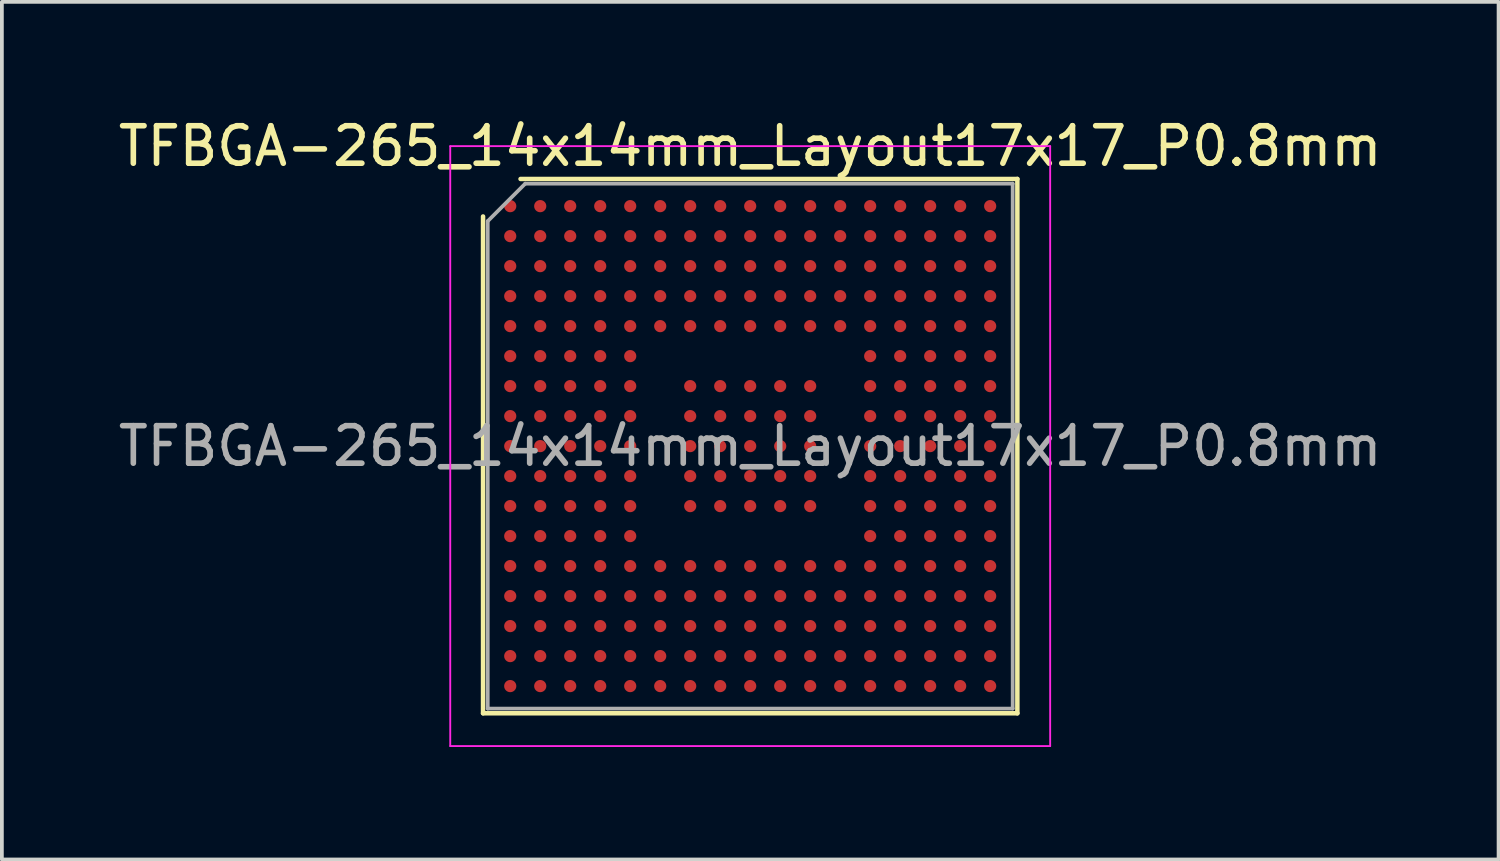
<source format=kicad_pcb>
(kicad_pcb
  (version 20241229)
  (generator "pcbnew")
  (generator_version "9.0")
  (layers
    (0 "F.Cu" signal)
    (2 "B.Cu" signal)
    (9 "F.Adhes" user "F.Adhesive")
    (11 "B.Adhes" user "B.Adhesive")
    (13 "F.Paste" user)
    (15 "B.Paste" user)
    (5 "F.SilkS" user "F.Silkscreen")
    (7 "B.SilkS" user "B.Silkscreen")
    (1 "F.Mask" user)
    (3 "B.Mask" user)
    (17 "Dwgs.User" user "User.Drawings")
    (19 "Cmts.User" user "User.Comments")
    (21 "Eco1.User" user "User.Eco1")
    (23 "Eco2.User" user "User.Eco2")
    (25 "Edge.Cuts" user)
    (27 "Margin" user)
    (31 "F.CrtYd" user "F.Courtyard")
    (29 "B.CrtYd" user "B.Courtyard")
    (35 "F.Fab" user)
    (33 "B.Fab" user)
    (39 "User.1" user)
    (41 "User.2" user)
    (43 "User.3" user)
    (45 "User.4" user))
  (footprint "TFBGA-265_14x14mm_Layout17x17_P0.8mm"
    (layer "F.Cu")
    (at 16.958 8.848)
    (property "Reference" "TFBGA-265_14x14mm_Layout17x17_P0.8mm" (at 0 -8 0) (layer "F.SilkS") (effects (font (size 1 1) (thickness 0.15))))
    (attr smd)
    (fp_line (start -7.125 7.125) (end -7.125 -6.125) (stroke (width 0.12) (type solid)) (layer "F.SilkS"))
    (fp_line (start -6.125 -7.125) (end 7.125 -7.125) (stroke (width 0.12) (type solid)) (layer "F.SilkS"))
    (fp_line (start 7.125 -7.125) (end 7.125 7.125) (stroke (width 0.12) (type solid)) (layer "F.SilkS"))
    (fp_line (start 7.125 7.125) (end -7.125 7.125) (stroke (width 0.12) (type solid)) (layer "F.SilkS"))
    (fp_line (start -8 -8) (end -8 8) (stroke (width 0.05) (type solid)) (layer "F.CrtYd"))
    (fp_line (start -8 8) (end 8 8) (stroke (width 0.05) (type solid)) (layer "F.CrtYd"))
    (fp_line (start 8 -8) (end -8 -8) (stroke (width 0.05) (type solid)) (layer "F.CrtYd"))
    (fp_line (start 8 8) (end 8 -8) (stroke (width 0.05) (type solid)) (layer "F.CrtYd"))
    (fp_line (start -7 -6) (end -6 -7) (stroke (width 0.1) (type solid)) (layer "F.Fab"))
    (fp_line (start -7 7) (end -7 -6) (stroke (width 0.1) (type solid)) (layer "F.Fab"))
    (fp_line (start -6 -7) (end 7 -7) (stroke (width 0.1) (type solid)) (layer "F.Fab"))
    (fp_line (start 7 -7) (end 7 7) (stroke (width 0.1) (type solid)) (layer "F.Fab"))
    (fp_line (start 7 7) (end -7 7) (stroke (width 0.1) (type solid)) (layer "F.Fab"))
    (fp_text user "${REFERENCE}" (at 0 0 0) (layer "F.Fab") (effects (font (size 1 1) (thickness 0.15))))
    (pad "A1" smd circle (at -6.4 -6.4) (size 0.325 0.325) (layers "F.Cu" "F.Mask" "F.Paste"))
    (pad "A2" smd circle (at -5.6 -6.4) (size 0.325 0.325) (layers "F.Cu" "F.Mask" "F.Paste"))
    (pad "A3" smd circle (at -4.8 -6.4) (size 0.325 0.325) (layers "F.Cu" "F.Mask" "F.Paste"))
    (pad "A4" smd circle (at -4 -6.4) (size 0.325 0.325) (layers "F.Cu" "F.Mask" "F.Paste"))
    (pad "A5" smd circle (at -3.2 -6.4) (size 0.325 0.325) (layers "F.Cu" "F.Mask" "F.Paste"))
    (pad "A6" smd circle (at -2.4 -6.4) (size 0.325 0.325) (layers "F.Cu" "F.Mask" "F.Paste"))
    (pad "A7" smd circle (at -1.6 -6.4) (size 0.325 0.325) (layers "F.Cu" "F.Mask" "F.Paste"))
    (pad "A8" smd circle (at -0.8 -6.4) (size 0.325 0.325) (layers "F.Cu" "F.Mask" "F.Paste"))
    (pad "A9" smd circle (at 0 -6.4) (size 0.325 0.325) (layers "F.Cu" "F.Mask" "F.Paste"))
    (pad "A10" smd circle (at 0.8 -6.4) (size 0.325 0.325) (layers "F.Cu" "F.Mask" "F.Paste"))
    (pad "A11" smd circle (at 1.6 -6.4) (size 0.325 0.325) (layers "F.Cu" "F.Mask" "F.Paste"))
    (pad "A12" smd circle (at 2.4 -6.4) (size 0.325 0.325) (layers "F.Cu" "F.Mask" "F.Paste"))
    (pad "A13" smd circle (at 3.2 -6.4) (size 0.325 0.325) (layers "F.Cu" "F.Mask" "F.Paste"))
    (pad "A14" smd circle (at 4 -6.4) (size 0.325 0.325) (layers "F.Cu" "F.Mask" "F.Paste"))
    (pad "A15" smd circle (at 4.8 -6.4) (size 0.325 0.325) (layers "F.Cu" "F.Mask" "F.Paste"))
    (pad "A16" smd circle (at 5.6 -6.4) (size 0.325 0.325) (layers "F.Cu" "F.Mask" "F.Paste"))
    (pad "A17" smd circle (at 6.4 -6.4) (size 0.325 0.325) (layers "F.Cu" "F.Mask" "F.Paste"))
    (pad "B1" smd circle (at -6.4 -5.6) (size 0.325 0.325) (layers "F.Cu" "F.Mask" "F.Paste"))
    (pad "B2" smd circle (at -5.6 -5.6) (size 0.325 0.325) (layers "F.Cu" "F.Mask" "F.Paste"))
    (pad "B3" smd circle (at -4.8 -5.6) (size 0.325 0.325) (layers "F.Cu" "F.Mask" "F.Paste"))
    (pad "B4" smd circle (at -4 -5.6) (size 0.325 0.325) (layers "F.Cu" "F.Mask" "F.Paste"))
    (pad "B5" smd circle (at -3.2 -5.6) (size 0.325 0.325) (layers "F.Cu" "F.Mask" "F.Paste"))
    (pad "B6" smd circle (at -2.4 -5.6) (size 0.325 0.325) (layers "F.Cu" "F.Mask" "F.Paste"))
    (pad "B7" smd circle (at -1.6 -5.6) (size 0.325 0.325) (layers "F.Cu" "F.Mask" "F.Paste"))
    (pad "B8" smd circle (at -0.8 -5.6) (size 0.325 0.325) (layers "F.Cu" "F.Mask" "F.Paste"))
    (pad "B9" smd circle (at 0 -5.6) (size 0.325 0.325) (layers "F.Cu" "F.Mask" "F.Paste"))
    (pad "B10" smd circle (at 0.8 -5.6) (size 0.325 0.325) (layers "F.Cu" "F.Mask" "F.Paste"))
    (pad "B11" smd circle (at 1.6 -5.6) (size 0.325 0.325) (layers "F.Cu" "F.Mask" "F.Paste"))
    (pad "B12" smd circle (at 2.4 -5.6) (size 0.325 0.325) (layers "F.Cu" "F.Mask" "F.Paste"))
    (pad "B13" smd circle (at 3.2 -5.6) (size 0.325 0.325) (layers "F.Cu" "F.Mask" "F.Paste"))
    (pad "B14" smd circle (at 4 -5.6) (size 0.325 0.325) (layers "F.Cu" "F.Mask" "F.Paste"))
    (pad "B15" smd circle (at 4.8 -5.6) (size 0.325 0.325) (layers "F.Cu" "F.Mask" "F.Paste"))
    (pad "B16" smd circle (at 5.6 -5.6) (size 0.325 0.325) (layers "F.Cu" "F.Mask" "F.Paste"))
    (pad "B17" smd circle (at 6.4 -5.6) (size 0.325 0.325) (layers "F.Cu" "F.Mask" "F.Paste"))
    (pad "C1" smd circle (at -6.4 -4.8) (size 0.325 0.325) (layers "F.Cu" "F.Mask" "F.Paste"))
    (pad "C2" smd circle (at -5.6 -4.8) (size 0.325 0.325) (layers "F.Cu" "F.Mask" "F.Paste"))
    (pad "C3" smd circle (at -4.8 -4.8) (size 0.325 0.325) (layers "F.Cu" "F.Mask" "F.Paste"))
    (pad "C4" smd circle (at -4 -4.8) (size 0.325 0.325) (layers "F.Cu" "F.Mask" "F.Paste"))
    (pad "C5" smd circle (at -3.2 -4.8) (size 0.325 0.325) (layers "F.Cu" "F.Mask" "F.Paste"))
    (pad "C6" smd circle (at -2.4 -4.8) (size 0.325 0.325) (layers "F.Cu" "F.Mask" "F.Paste"))
    (pad "C7" smd circle (at -1.6 -4.8) (size 0.325 0.325) (layers "F.Cu" "F.Mask" "F.Paste"))
    (pad "C8" smd circle (at -0.8 -4.8) (size 0.325 0.325) (layers "F.Cu" "F.Mask" "F.Paste"))
    (pad "C9" smd circle (at 0 -4.8) (size 0.325 0.325) (layers "F.Cu" "F.Mask" "F.Paste"))
    (pad "C10" smd circle (at 0.8 -4.8) (size 0.325 0.325) (layers "F.Cu" "F.Mask" "F.Paste"))
    (pad "C11" smd circle (at 1.6 -4.8) (size 0.325 0.325) (layers "F.Cu" "F.Mask" "F.Paste"))
    (pad "C12" smd circle (at 2.4 -4.8) (size 0.325 0.325) (layers "F.Cu" "F.Mask" "F.Paste"))
    (pad "C13" smd circle (at 3.2 -4.8) (size 0.325 0.325) (layers "F.Cu" "F.Mask" "F.Paste"))
    (pad "C14" smd circle (at 4 -4.8) (size 0.325 0.325) (layers "F.Cu" "F.Mask" "F.Paste"))
    (pad "C15" smd circle (at 4.8 -4.8) (size 0.325 0.325) (layers "F.Cu" "F.Mask" "F.Paste"))
    (pad "C16" smd circle (at 5.6 -4.8) (size 0.325 0.325) (layers "F.Cu" "F.Mask" "F.Paste"))
    (pad "C17" smd circle (at 6.4 -4.8) (size 0.325 0.325) (layers "F.Cu" "F.Mask" "F.Paste"))
    (pad "D1" smd circle (at -6.4 -4) (size 0.325 0.325) (layers "F.Cu" "F.Mask" "F.Paste"))
    (pad "D2" smd circle (at -5.6 -4) (size 0.325 0.325) (layers "F.Cu" "F.Mask" "F.Paste"))
    (pad "D3" smd circle (at -4.8 -4) (size 0.325 0.325) (layers "F.Cu" "F.Mask" "F.Paste"))
    (pad "D4" smd circle (at -4 -4) (size 0.325 0.325) (layers "F.Cu" "F.Mask" "F.Paste"))
    (pad "D5" smd circle (at -3.2 -4) (size 0.325 0.325) (layers "F.Cu" "F.Mask" "F.Paste"))
    (pad "D6" smd circle (at -2.4 -4) (size 0.325 0.325) (layers "F.Cu" "F.Mask" "F.Paste"))
    (pad "D7" smd circle (at -1.6 -4) (size 0.325 0.325) (layers "F.Cu" "F.Mask" "F.Paste"))
    (pad "D8" smd circle (at -0.8 -4) (size 0.325 0.325) (layers "F.Cu" "F.Mask" "F.Paste"))
    (pad "D9" smd circle (at 0 -4) (size 0.325 0.325) (layers "F.Cu" "F.Mask" "F.Paste"))
    (pad "D10" smd circle (at 0.8 -4) (size 0.325 0.325) (layers "F.Cu" "F.Mask" "F.Paste"))
    (pad "D11" smd circle (at 1.6 -4) (size 0.325 0.325) (layers "F.Cu" "F.Mask" "F.Paste"))
    (pad "D12" smd circle (at 2.4 -4) (size 0.325 0.325) (layers "F.Cu" "F.Mask" "F.Paste"))
    (pad "D13" smd circle (at 3.2 -4) (size 0.325 0.325) (layers "F.Cu" "F.Mask" "F.Paste"))
    (pad "D14" smd circle (at 4 -4) (size 0.325 0.325) (layers "F.Cu" "F.Mask" "F.Paste"))
    (pad "D15" smd circle (at 4.8 -4) (size 0.325 0.325) (layers "F.Cu" "F.Mask" "F.Paste"))
    (pad "D16" smd circle (at 5.6 -4) (size 0.325 0.325) (layers "F.Cu" "F.Mask" "F.Paste"))
    (pad "D17" smd circle (at 6.4 -4) (size 0.325 0.325) (layers "F.Cu" "F.Mask" "F.Paste"))
    (pad "E1" smd circle (at -6.4 -3.2) (size 0.325 0.325) (layers "F.Cu" "F.Mask" "F.Paste"))
    (pad "E2" smd circle (at -5.6 -3.2) (size 0.325 0.325) (layers "F.Cu" "F.Mask" "F.Paste"))
    (pad "E3" smd circle (at -4.8 -3.2) (size 0.325 0.325) (layers "F.Cu" "F.Mask" "F.Paste"))
    (pad "E4" smd circle (at -4 -3.2) (size 0.325 0.325) (layers "F.Cu" "F.Mask" "F.Paste"))
    (pad "E5" smd circle (at -3.2 -3.2) (size 0.325 0.325) (layers "F.Cu" "F.Mask" "F.Paste"))
    (pad "E6" smd circle (at -2.4 -3.2) (size 0.325 0.325) (layers "F.Cu" "F.Mask" "F.Paste"))
    (pad "E7" smd circle (at -1.6 -3.2) (size 0.325 0.325) (layers "F.Cu" "F.Mask" "F.Paste"))
    (pad "E8" smd circle (at -0.8 -3.2) (size 0.325 0.325) (layers "F.Cu" "F.Mask" "F.Paste"))
    (pad "E9" smd circle (at 0 -3.2) (size 0.325 0.325) (layers "F.Cu" "F.Mask" "F.Paste"))
    (pad "E10" smd circle (at 0.8 -3.2) (size 0.325 0.325) (layers "F.Cu" "F.Mask" "F.Paste"))
    (pad "E11" smd circle (at 1.6 -3.2) (size 0.325 0.325) (layers "F.Cu" "F.Mask" "F.Paste"))
    (pad "E12" smd circle (at 2.4 -3.2) (size 0.325 0.325) (layers "F.Cu" "F.Mask" "F.Paste"))
    (pad "E13" smd circle (at 3.2 -3.2) (size 0.325 0.325) (layers "F.Cu" "F.Mask" "F.Paste"))
    (pad "E14" smd circle (at 4 -3.2) (size 0.325 0.325) (layers "F.Cu" "F.Mask" "F.Paste"))
    (pad "E15" smd circle (at 4.8 -3.2) (size 0.325 0.325) (layers "F.Cu" "F.Mask" "F.Paste"))
    (pad "E16" smd circle (at 5.6 -3.2) (size 0.325 0.325) (layers "F.Cu" "F.Mask" "F.Paste"))
    (pad "E17" smd circle (at 6.4 -3.2) (size 0.325 0.325) (layers "F.Cu" "F.Mask" "F.Paste"))
    (pad "F1" smd circle (at -6.4 -2.4) (size 0.325 0.325) (layers "F.Cu" "F.Mask" "F.Paste"))
    (pad "F2" smd circle (at -5.6 -2.4) (size 0.325 0.325) (layers "F.Cu" "F.Mask" "F.Paste"))
    (pad "F3" smd circle (at -4.8 -2.4) (size 0.325 0.325) (layers "F.Cu" "F.Mask" "F.Paste"))
    (pad "F4" smd circle (at -4 -2.4) (size 0.325 0.325) (layers "F.Cu" "F.Mask" "F.Paste"))
    (pad "F5" smd circle (at -3.2 -2.4) (size 0.325 0.325) (layers "F.Cu" "F.Mask" "F.Paste"))
    (pad "F13" smd circle (at 3.2 -2.4) (size 0.325 0.325) (layers "F.Cu" "F.Mask" "F.Paste"))
    (pad "F14" smd circle (at 4 -2.4) (size 0.325 0.325) (layers "F.Cu" "F.Mask" "F.Paste"))
    (pad "F15" smd circle (at 4.8 -2.4) (size 0.325 0.325) (layers "F.Cu" "F.Mask" "F.Paste"))
    (pad "F16" smd circle (at 5.6 -2.4) (size 0.325 0.325) (layers "F.Cu" "F.Mask" "F.Paste"))
    (pad "F17" smd circle (at 6.4 -2.4) (size 0.325 0.325) (layers "F.Cu" "F.Mask" "F.Paste"))
    (pad "G1" smd circle (at -6.4 -1.6) (size 0.325 0.325) (layers "F.Cu" "F.Mask" "F.Paste"))
    (pad "G2" smd circle (at -5.6 -1.6) (size 0.325 0.325) (layers "F.Cu" "F.Mask" "F.Paste"))
    (pad "G3" smd circle (at -4.8 -1.6) (size 0.325 0.325) (layers "F.Cu" "F.Mask" "F.Paste"))
    (pad "G4" smd circle (at -4 -1.6) (size 0.325 0.325) (layers "F.Cu" "F.Mask" "F.Paste"))
    (pad "G5" smd circle (at -3.2 -1.6) (size 0.325 0.325) (layers "F.Cu" "F.Mask" "F.Paste"))
    (pad "G7" smd circle (at -1.6 -1.6) (size 0.325 0.325) (layers "F.Cu" "F.Mask" "F.Paste"))
    (pad "G8" smd circle (at -0.8 -1.6) (size 0.325 0.325) (layers "F.Cu" "F.Mask" "F.Paste"))
    (pad "G9" smd circle (at 0 -1.6) (size 0.325 0.325) (layers "F.Cu" "F.Mask" "F.Paste"))
    (pad "G10" smd circle (at 0.8 -1.6) (size 0.325 0.325) (layers "F.Cu" "F.Mask" "F.Paste"))
    (pad "G11" smd circle (at 1.6 -1.6) (size 0.325 0.325) (layers "F.Cu" "F.Mask" "F.Paste"))
    (pad "G13" smd circle (at 3.2 -1.6) (size 0.325 0.325) (layers "F.Cu" "F.Mask" "F.Paste"))
    (pad "G14" smd circle (at 4 -1.6) (size 0.325 0.325) (layers "F.Cu" "F.Mask" "F.Paste"))
    (pad "G15" smd circle (at 4.8 -1.6) (size 0.325 0.325) (layers "F.Cu" "F.Mask" "F.Paste"))
    (pad "G16" smd circle (at 5.6 -1.6) (size 0.325 0.325) (layers "F.Cu" "F.Mask" "F.Paste"))
    (pad "G17" smd circle (at 6.4 -1.6) (size 0.325 0.325) (layers "F.Cu" "F.Mask" "F.Paste"))
    (pad "H1" smd circle (at -6.4 -0.8) (size 0.325 0.325) (layers "F.Cu" "F.Mask" "F.Paste"))
    (pad "H2" smd circle (at -5.6 -0.8) (size 0.325 0.325) (layers "F.Cu" "F.Mask" "F.Paste"))
    (pad "H3" smd circle (at -4.8 -0.8) (size 0.325 0.325) (layers "F.Cu" "F.Mask" "F.Paste"))
    (pad "H4" smd circle (at -4 -0.8) (size 0.325 0.325) (layers "F.Cu" "F.Mask" "F.Paste"))
    (pad "H5" smd circle (at -3.2 -0.8) (size 0.325 0.325) (layers "F.Cu" "F.Mask" "F.Paste"))
    (pad "H7" smd circle (at -1.6 -0.8) (size 0.325 0.325) (layers "F.Cu" "F.Mask" "F.Paste"))
    (pad "H8" smd circle (at -0.8 -0.8) (size 0.325 0.325) (layers "F.Cu" "F.Mask" "F.Paste"))
    (pad "H9" smd circle (at 0 -0.8) (size 0.325 0.325) (layers "F.Cu" "F.Mask" "F.Paste"))
    (pad "H10" smd circle (at 0.8 -0.8) (size 0.325 0.325) (layers "F.Cu" "F.Mask" "F.Paste"))
    (pad "H11" smd circle (at 1.6 -0.8) (size 0.325 0.325) (layers "F.Cu" "F.Mask" "F.Paste"))
    (pad "H13" smd circle (at 3.2 -0.8) (size 0.325 0.325) (layers "F.Cu" "F.Mask" "F.Paste"))
    (pad "H14" smd circle (at 4 -0.8) (size 0.325 0.325) (layers "F.Cu" "F.Mask" "F.Paste"))
    (pad "H15" smd circle (at 4.8 -0.8) (size 0.325 0.325) (layers "F.Cu" "F.Mask" "F.Paste"))
    (pad "H16" smd circle (at 5.6 -0.8) (size 0.325 0.325) (layers "F.Cu" "F.Mask" "F.Paste"))
    (pad "H17" smd circle (at 6.4 -0.8) (size 0.325 0.325) (layers "F.Cu" "F.Mask" "F.Paste"))
    (pad "J1" smd circle (at -6.4 0) (size 0.325 0.325) (layers "F.Cu" "F.Mask" "F.Paste"))
    (pad "J2" smd circle (at -5.6 0) (size 0.325 0.325) (layers "F.Cu" "F.Mask" "F.Paste"))
    (pad "J3" smd circle (at -4.8 0) (size 0.325 0.325) (layers "F.Cu" "F.Mask" "F.Paste"))
    (pad "J4" smd circle (at -4 0) (size 0.325 0.325) (layers "F.Cu" "F.Mask" "F.Paste"))
    (pad "J5" smd circle (at -3.2 0) (size 0.325 0.325) (layers "F.Cu" "F.Mask" "F.Paste"))
    (pad "J7" smd circle (at -1.6 0) (size 0.325 0.325) (layers "F.Cu" "F.Mask" "F.Paste"))
    (pad "J8" smd circle (at -0.8 0) (size 0.325 0.325) (layers "F.Cu" "F.Mask" "F.Paste"))
    (pad "J9" smd circle (at 0 0) (size 0.325 0.325) (layers "F.Cu" "F.Mask" "F.Paste"))
    (pad "J10" smd circle (at 0.8 0) (size 0.325 0.325) (layers "F.Cu" "F.Mask" "F.Paste"))
    (pad "J11" smd circle (at 1.6 0) (size 0.325 0.325) (layers "F.Cu" "F.Mask" "F.Paste"))
    (pad "J13" smd circle (at 3.2 0) (size 0.325 0.325) (layers "F.Cu" "F.Mask" "F.Paste"))
    (pad "J14" smd circle (at 4 0) (size 0.325 0.325) (layers "F.Cu" "F.Mask" "F.Paste"))
    (pad "J15" smd circle (at 4.8 0) (size 0.325 0.325) (layers "F.Cu" "F.Mask" "F.Paste"))
    (pad "J16" smd circle (at 5.6 0) (size 0.325 0.325) (layers "F.Cu" "F.Mask" "F.Paste"))
    (pad "J17" smd circle (at 6.4 0) (size 0.325 0.325) (layers "F.Cu" "F.Mask" "F.Paste"))
    (pad "K1" smd circle (at -6.4 0.8) (size 0.325 0.325) (layers "F.Cu" "F.Mask" "F.Paste"))
    (pad "K2" smd circle (at -5.6 0.8) (size 0.325 0.325) (layers "F.Cu" "F.Mask" "F.Paste"))
    (pad "K3" smd circle (at -4.8 0.8) (size 0.325 0.325) (layers "F.Cu" "F.Mask" "F.Paste"))
    (pad "K4" smd circle (at -4 0.8) (size 0.325 0.325) (layers "F.Cu" "F.Mask" "F.Paste"))
    (pad "K5" smd circle (at -3.2 0.8) (size 0.325 0.325) (layers "F.Cu" "F.Mask" "F.Paste"))
    (pad "K7" smd circle (at -1.6 0.8) (size 0.325 0.325) (layers "F.Cu" "F.Mask" "F.Paste"))
    (pad "K8" smd circle (at -0.8 0.8) (size 0.325 0.325) (layers "F.Cu" "F.Mask" "F.Paste"))
    (pad "K9" smd circle (at 0 0.8) (size 0.325 0.325) (layers "F.Cu" "F.Mask" "F.Paste"))
    (pad "K10" smd circle (at 0.8 0.8) (size 0.325 0.325) (layers "F.Cu" "F.Mask" "F.Paste"))
    (pad "K11" smd circle (at 1.6 0.8) (size 0.325 0.325) (layers "F.Cu" "F.Mask" "F.Paste"))
    (pad "K13" smd circle (at 3.2 0.8) (size 0.325 0.325) (layers "F.Cu" "F.Mask" "F.Paste"))
    (pad "K14" smd circle (at 4 0.8) (size 0.325 0.325) (layers "F.Cu" "F.Mask" "F.Paste"))
    (pad "K15" smd circle (at 4.8 0.8) (size 0.325 0.325) (layers "F.Cu" "F.Mask" "F.Paste"))
    (pad "K16" smd circle (at 5.6 0.8) (size 0.325 0.325) (layers "F.Cu" "F.Mask" "F.Paste"))
    (pad "K17" smd circle (at 6.4 0.8) (size 0.325 0.325) (layers "F.Cu" "F.Mask" "F.Paste"))
    (pad "L1" smd circle (at -6.4 1.6) (size 0.325 0.325) (layers "F.Cu" "F.Mask" "F.Paste"))
    (pad "L2" smd circle (at -5.6 1.6) (size 0.325 0.325) (layers "F.Cu" "F.Mask" "F.Paste"))
    (pad "L3" smd circle (at -4.8 1.6) (size 0.325 0.325) (layers "F.Cu" "F.Mask" "F.Paste"))
    (pad "L4" smd circle (at -4 1.6) (size 0.325 0.325) (layers "F.Cu" "F.Mask" "F.Paste"))
    (pad "L5" smd circle (at -3.2 1.6) (size 0.325 0.325) (layers "F.Cu" "F.Mask" "F.Paste"))
    (pad "L7" smd circle (at -1.6 1.6) (size 0.325 0.325) (layers "F.Cu" "F.Mask" "F.Paste"))
    (pad "L8" smd circle (at -0.8 1.6) (size 0.325 0.325) (layers "F.Cu" "F.Mask" "F.Paste"))
    (pad "L9" smd circle (at 0 1.6) (size 0.325 0.325) (layers "F.Cu" "F.Mask" "F.Paste"))
    (pad "L10" smd circle (at 0.8 1.6) (size 0.325 0.325) (layers "F.Cu" "F.Mask" "F.Paste"))
    (pad "L11" smd circle (at 1.6 1.6) (size 0.325 0.325) (layers "F.Cu" "F.Mask" "F.Paste"))
    (pad "L13" smd circle (at 3.2 1.6) (size 0.325 0.325) (layers "F.Cu" "F.Mask" "F.Paste"))
    (pad "L14" smd circle (at 4 1.6) (size 0.325 0.325) (layers "F.Cu" "F.Mask" "F.Paste"))
    (pad "L15" smd circle (at 4.8 1.6) (size 0.325 0.325) (layers "F.Cu" "F.Mask" "F.Paste"))
    (pad "L16" smd circle (at 5.6 1.6) (size 0.325 0.325) (layers "F.Cu" "F.Mask" "F.Paste"))
    (pad "L17" smd circle (at 6.4 1.6) (size 0.325 0.325) (layers "F.Cu" "F.Mask" "F.Paste"))
    (pad "M1" smd circle (at -6.4 2.4) (size 0.325 0.325) (layers "F.Cu" "F.Mask" "F.Paste"))
    (pad "M2" smd circle (at -5.6 2.4) (size 0.325 0.325) (layers "F.Cu" "F.Mask" "F.Paste"))
    (pad "M3" smd circle (at -4.8 2.4) (size 0.325 0.325) (layers "F.Cu" "F.Mask" "F.Paste"))
    (pad "M4" smd circle (at -4 2.4) (size 0.325 0.325) (layers "F.Cu" "F.Mask" "F.Paste"))
    (pad "M5" smd circle (at -3.2 2.4) (size 0.325 0.325) (layers "F.Cu" "F.Mask" "F.Paste"))
    (pad "M13" smd circle (at 3.2 2.4) (size 0.325 0.325) (layers "F.Cu" "F.Mask" "F.Paste"))
    (pad "M14" smd circle (at 4 2.4) (size 0.325 0.325) (layers "F.Cu" "F.Mask" "F.Paste"))
    (pad "M15" smd circle (at 4.8 2.4) (size 0.325 0.325) (layers "F.Cu" "F.Mask" "F.Paste"))
    (pad "M16" smd circle (at 5.6 2.4) (size 0.325 0.325) (layers "F.Cu" "F.Mask" "F.Paste"))
    (pad "M17" smd circle (at 6.4 2.4) (size 0.325 0.325) (layers "F.Cu" "F.Mask" "F.Paste"))
    (pad "N1" smd circle (at -6.4 3.2) (size 0.325 0.325) (layers "F.Cu" "F.Mask" "F.Paste"))
    (pad "N2" smd circle (at -5.6 3.2) (size 0.325 0.325) (layers "F.Cu" "F.Mask" "F.Paste"))
    (pad "N3" smd circle (at -4.8 3.2) (size 0.325 0.325) (layers "F.Cu" "F.Mask" "F.Paste"))
    (pad "N4" smd circle (at -4 3.2) (size 0.325 0.325) (layers "F.Cu" "F.Mask" "F.Paste"))
    (pad "N5" smd circle (at -3.2 3.2) (size 0.325 0.325) (layers "F.Cu" "F.Mask" "F.Paste"))
    (pad "N6" smd circle (at -2.4 3.2) (size 0.325 0.325) (layers "F.Cu" "F.Mask" "F.Paste"))
    (pad "N7" smd circle (at -1.6 3.2) (size 0.325 0.325) (layers "F.Cu" "F.Mask" "F.Paste"))
    (pad "N8" smd circle (at -0.8 3.2) (size 0.325 0.325) (layers "F.Cu" "F.Mask" "F.Paste"))
    (pad "N9" smd circle (at 0 3.2) (size 0.325 0.325) (layers "F.Cu" "F.Mask" "F.Paste"))
    (pad "N10" smd circle (at 0.8 3.2) (size 0.325 0.325) (layers "F.Cu" "F.Mask" "F.Paste"))
    (pad "N11" smd circle (at 1.6 3.2) (size 0.325 0.325) (layers "F.Cu" "F.Mask" "F.Paste"))
    (pad "N12" smd circle (at 2.4 3.2) (size 0.325 0.325) (layers "F.Cu" "F.Mask" "F.Paste"))
    (pad "N13" smd circle (at 3.2 3.2) (size 0.325 0.325) (layers "F.Cu" "F.Mask" "F.Paste"))
    (pad "N14" smd circle (at 4 3.2) (size 0.325 0.325) (layers "F.Cu" "F.Mask" "F.Paste"))
    (pad "N15" smd circle (at 4.8 3.2) (size 0.325 0.325) (layers "F.Cu" "F.Mask" "F.Paste"))
    (pad "N16" smd circle (at 5.6 3.2) (size 0.325 0.325) (layers "F.Cu" "F.Mask" "F.Paste"))
    (pad "N17" smd circle (at 6.4 3.2) (size 0.325 0.325) (layers "F.Cu" "F.Mask" "F.Paste"))
    (pad "P1" smd circle (at -6.4 4) (size 0.325 0.325) (layers "F.Cu" "F.Mask" "F.Paste"))
    (pad "P2" smd circle (at -5.6 4) (size 0.325 0.325) (layers "F.Cu" "F.Mask" "F.Paste"))
    (pad "P3" smd circle (at -4.8 4) (size 0.325 0.325) (layers "F.Cu" "F.Mask" "F.Paste"))
    (pad "P4" smd circle (at -4 4) (size 0.325 0.325) (layers "F.Cu" "F.Mask" "F.Paste"))
    (pad "P5" smd circle (at -3.2 4) (size 0.325 0.325) (layers "F.Cu" "F.Mask" "F.Paste"))
    (pad "P6" smd circle (at -2.4 4) (size 0.325 0.325) (layers "F.Cu" "F.Mask" "F.Paste"))
    (pad "P7" smd circle (at -1.6 4) (size 0.325 0.325) (layers "F.Cu" "F.Mask" "F.Paste"))
    (pad "P8" smd circle (at -0.8 4) (size 0.325 0.325) (layers "F.Cu" "F.Mask" "F.Paste"))
    (pad "P9" smd circle (at 0 4) (size 0.325 0.325) (layers "F.Cu" "F.Mask" "F.Paste"))
    (pad "P10" smd circle (at 0.8 4) (size 0.325 0.325) (layers "F.Cu" "F.Mask" "F.Paste"))
    (pad "P11" smd circle (at 1.6 4) (size 0.325 0.325) (layers "F.Cu" "F.Mask" "F.Paste"))
    (pad "P12" smd circle (at 2.4 4) (size 0.325 0.325) (layers "F.Cu" "F.Mask" "F.Paste"))
    (pad "P13" smd circle (at 3.2 4) (size 0.325 0.325) (layers "F.Cu" "F.Mask" "F.Paste"))
    (pad "P14" smd circle (at 4 4) (size 0.325 0.325) (layers "F.Cu" "F.Mask" "F.Paste"))
    (pad "P15" smd circle (at 4.8 4) (size 0.325 0.325) (layers "F.Cu" "F.Mask" "F.Paste"))
    (pad "P16" smd circle (at 5.6 4) (size 0.325 0.325) (layers "F.Cu" "F.Mask" "F.Paste"))
    (pad "P17" smd circle (at 6.4 4) (size 0.325 0.325) (layers "F.Cu" "F.Mask" "F.Paste"))
    (pad "R1" smd circle (at -6.4 4.8) (size 0.325 0.325) (layers "F.Cu" "F.Mask" "F.Paste"))
    (pad "R2" smd circle (at -5.6 4.8) (size 0.325 0.325) (layers "F.Cu" "F.Mask" "F.Paste"))
    (pad "R3" smd circle (at -4.8 4.8) (size 0.325 0.325) (layers "F.Cu" "F.Mask" "F.Paste"))
    (pad "R4" smd circle (at -4 4.8) (size 0.325 0.325) (layers "F.Cu" "F.Mask" "F.Paste"))
    (pad "R5" smd circle (at -3.2 4.8) (size 0.325 0.325) (layers "F.Cu" "F.Mask" "F.Paste"))
    (pad "R6" smd circle (at -2.4 4.8) (size 0.325 0.325) (layers "F.Cu" "F.Mask" "F.Paste"))
    (pad "R7" smd circle (at -1.6 4.8) (size 0.325 0.325) (layers "F.Cu" "F.Mask" "F.Paste"))
    (pad "R8" smd circle (at -0.8 4.8) (size 0.325 0.325) (layers "F.Cu" "F.Mask" "F.Paste"))
    (pad "R9" smd circle (at 0 4.8) (size 0.325 0.325) (layers "F.Cu" "F.Mask" "F.Paste"))
    (pad "R10" smd circle (at 0.8 4.8) (size 0.325 0.325) (layers "F.Cu" "F.Mask" "F.Paste"))
    (pad "R11" smd circle (at 1.6 4.8) (size 0.325 0.325) (layers "F.Cu" "F.Mask" "F.Paste"))
    (pad "R12" smd circle (at 2.4 4.8) (size 0.325 0.325) (layers "F.Cu" "F.Mask" "F.Paste"))
    (pad "R13" smd circle (at 3.2 4.8) (size 0.325 0.325) (layers "F.Cu" "F.Mask" "F.Paste"))
    (pad "R14" smd circle (at 4 4.8) (size 0.325 0.325) (layers "F.Cu" "F.Mask" "F.Paste"))
    (pad "R15" smd circle (at 4.8 4.8) (size 0.325 0.325) (layers "F.Cu" "F.Mask" "F.Paste"))
    (pad "R16" smd circle (at 5.6 4.8) (size 0.325 0.325) (layers "F.Cu" "F.Mask" "F.Paste"))
    (pad "R17" smd circle (at 6.4 4.8) (size 0.325 0.325) (layers "F.Cu" "F.Mask" "F.Paste"))
    (pad "T1" smd circle (at -6.4 5.6) (size 0.325 0.325) (layers "F.Cu" "F.Mask" "F.Paste"))
    (pad "T2" smd circle (at -5.6 5.6) (size 0.325 0.325) (layers "F.Cu" "F.Mask" "F.Paste"))
    (pad "T3" smd circle (at -4.8 5.6) (size 0.325 0.325) (layers "F.Cu" "F.Mask" "F.Paste"))
    (pad "T4" smd circle (at -4 5.6) (size 0.325 0.325) (layers "F.Cu" "F.Mask" "F.Paste"))
    (pad "T5" smd circle (at -3.2 5.6) (size 0.325 0.325) (layers "F.Cu" "F.Mask" "F.Paste"))
    (pad "T6" smd circle (at -2.4 5.6) (size 0.325 0.325) (layers "F.Cu" "F.Mask" "F.Paste"))
    (pad "T7" smd circle (at -1.6 5.6) (size 0.325 0.325) (layers "F.Cu" "F.Mask" "F.Paste"))
    (pad "T8" smd circle (at -0.8 5.6) (size 0.325 0.325) (layers "F.Cu" "F.Mask" "F.Paste"))
    (pad "T9" smd circle (at 0 5.6) (size 0.325 0.325) (layers "F.Cu" "F.Mask" "F.Paste"))
    (pad "T10" smd circle (at 0.8 5.6) (size 0.325 0.325) (layers "F.Cu" "F.Mask" "F.Paste"))
    (pad "T11" smd circle (at 1.6 5.6) (size 0.325 0.325) (layers "F.Cu" "F.Mask" "F.Paste"))
    (pad "T12" smd circle (at 2.4 5.6) (size 0.325 0.325) (layers "F.Cu" "F.Mask" "F.Paste"))
    (pad "T13" smd circle (at 3.2 5.6) (size 0.325 0.325) (layers "F.Cu" "F.Mask" "F.Paste"))
    (pad "T14" smd circle (at 4 5.6) (size 0.325 0.325) (layers "F.Cu" "F.Mask" "F.Paste"))
    (pad "T15" smd circle (at 4.8 5.6) (size 0.325 0.325) (layers "F.Cu" "F.Mask" "F.Paste"))
    (pad "T16" smd circle (at 5.6 5.6) (size 0.325 0.325) (layers "F.Cu" "F.Mask" "F.Paste"))
    (pad "T17" smd circle (at 6.4 5.6) (size 0.325 0.325) (layers "F.Cu" "F.Mask" "F.Paste"))
    (pad "U1" smd circle (at -6.4 6.4) (size 0.325 0.325) (layers "F.Cu" "F.Mask" "F.Paste"))
    (pad "U2" smd circle (at -5.6 6.4) (size 0.325 0.325) (layers "F.Cu" "F.Mask" "F.Paste"))
    (pad "U3" smd circle (at -4.8 6.4) (size 0.325 0.325) (layers "F.Cu" "F.Mask" "F.Paste"))
    (pad "U4" smd circle (at -4 6.4) (size 0.325 0.325) (layers "F.Cu" "F.Mask" "F.Paste"))
    (pad "U5" smd circle (at -3.2 6.4) (size 0.325 0.325) (layers "F.Cu" "F.Mask" "F.Paste"))
    (pad "U6" smd circle (at -2.4 6.4) (size 0.325 0.325) (layers "F.Cu" "F.Mask" "F.Paste"))
    (pad "U7" smd circle (at -1.6 6.4) (size 0.325 0.325) (layers "F.Cu" "F.Mask" "F.Paste"))
    (pad "U8" smd circle (at -0.8 6.4) (size 0.325 0.325) (layers "F.Cu" "F.Mask" "F.Paste"))
    (pad "U9" smd circle (at 0 6.4) (size 0.325 0.325) (layers "F.Cu" "F.Mask" "F.Paste"))
    (pad "U10" smd circle (at 0.8 6.4) (size 0.325 0.325) (layers "F.Cu" "F.Mask" "F.Paste"))
    (pad "U11" smd circle (at 1.6 6.4) (size 0.325 0.325) (layers "F.Cu" "F.Mask" "F.Paste"))
    (pad "U12" smd circle (at 2.4 6.4) (size 0.325 0.325) (layers "F.Cu" "F.Mask" "F.Paste"))
    (pad "U13" smd circle (at 3.2 6.4) (size 0.325 0.325) (layers "F.Cu" "F.Mask" "F.Paste"))
    (pad "U14" smd circle (at 4 6.4) (size 0.325 0.325) (layers "F.Cu" "F.Mask" "F.Paste"))
    (pad "U15" smd circle (at 4.8 6.4) (size 0.325 0.325) (layers "F.Cu" "F.Mask" "F.Paste"))
    (pad "U16" smd circle (at 5.6 6.4) (size 0.325 0.325) (layers "F.Cu" "F.Mask" "F.Paste"))
    (pad "U17" smd circle (at 6.4 6.4) (size 0.325 0.325) (layers "F.Cu" "F.Mask" "F.Paste")))
  (gr_rect
    (start -3 -3)
    (end 36.917 19.873)
    (stroke (width 0.1) (type default))
    (fill no)
    (layer "Edge.Cuts")))
</source>
